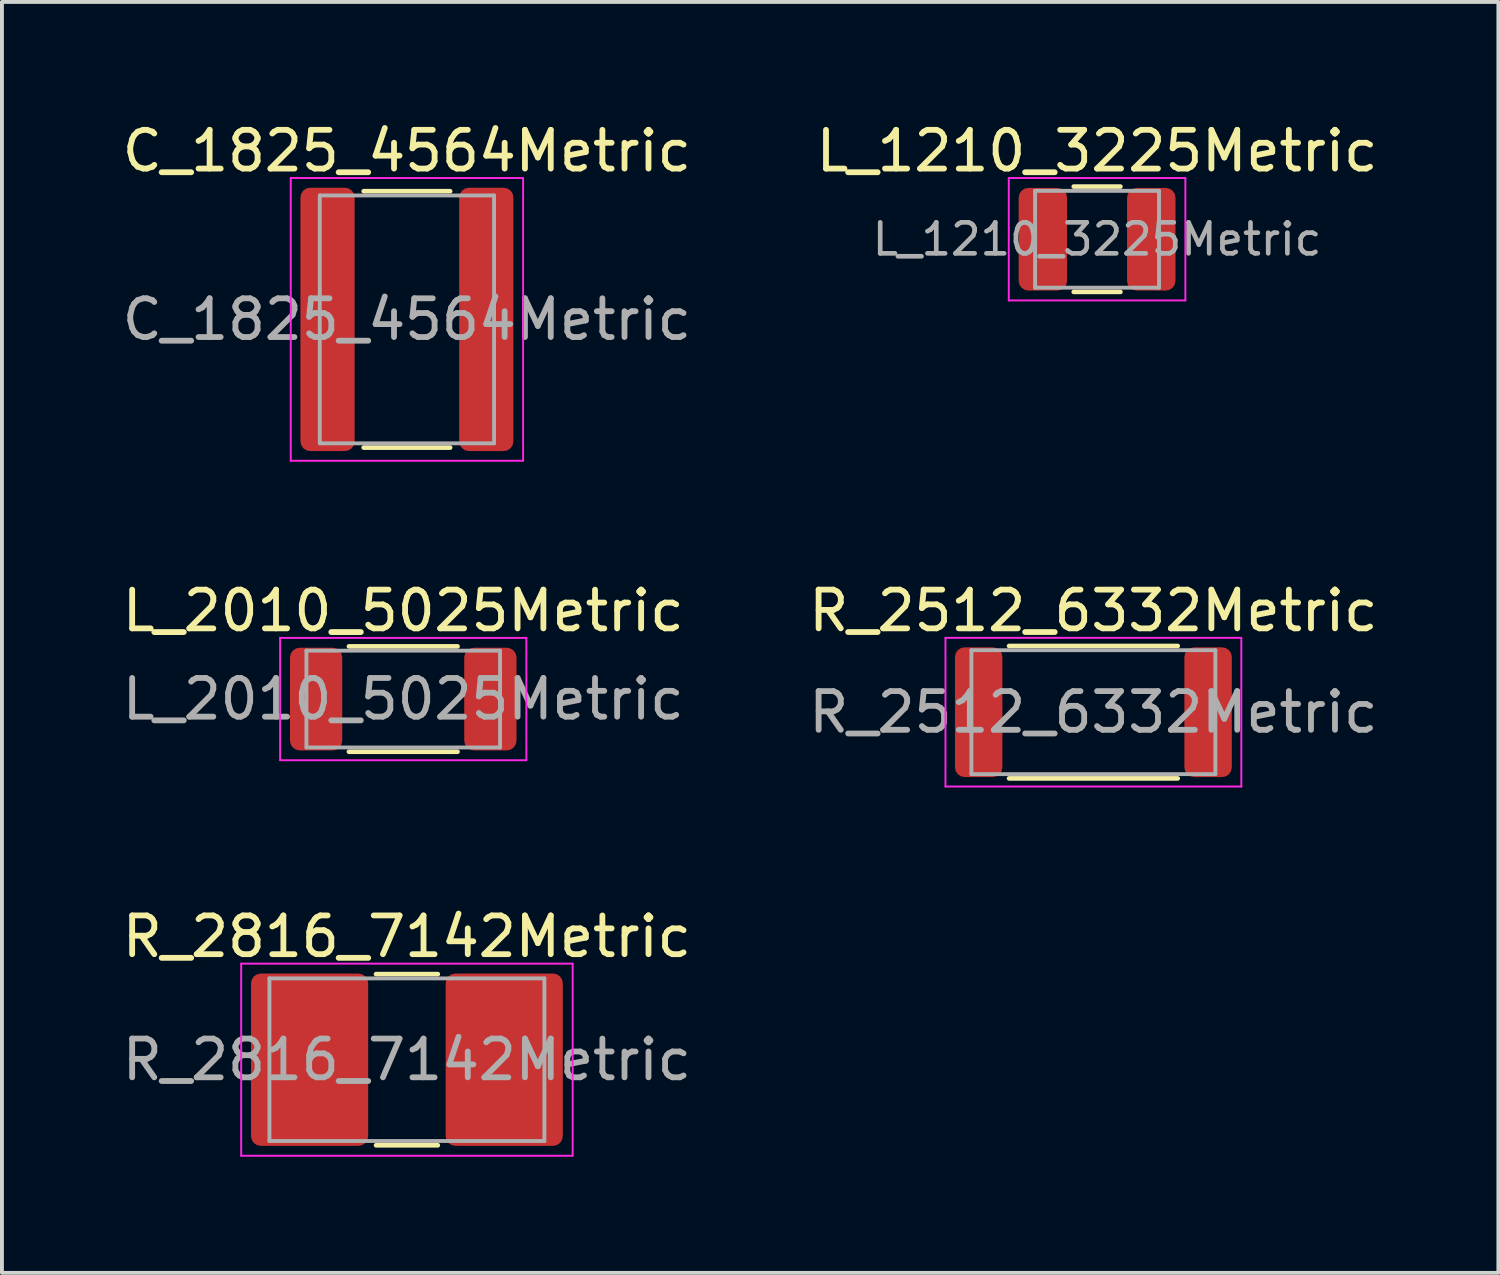
<source format=kicad_pcb>
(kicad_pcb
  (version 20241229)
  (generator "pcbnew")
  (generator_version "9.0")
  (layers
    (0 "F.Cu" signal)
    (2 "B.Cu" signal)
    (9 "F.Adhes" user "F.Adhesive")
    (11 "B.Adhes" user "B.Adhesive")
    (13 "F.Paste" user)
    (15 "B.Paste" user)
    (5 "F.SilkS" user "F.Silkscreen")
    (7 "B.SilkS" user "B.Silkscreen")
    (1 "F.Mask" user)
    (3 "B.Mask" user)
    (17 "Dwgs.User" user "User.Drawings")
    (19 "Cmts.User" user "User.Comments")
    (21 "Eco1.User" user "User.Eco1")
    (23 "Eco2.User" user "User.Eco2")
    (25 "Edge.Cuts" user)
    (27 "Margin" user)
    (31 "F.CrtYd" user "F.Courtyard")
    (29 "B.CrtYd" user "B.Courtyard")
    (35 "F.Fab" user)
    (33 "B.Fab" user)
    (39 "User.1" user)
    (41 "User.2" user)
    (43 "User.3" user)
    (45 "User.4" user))
  (footprint "R_2512_6332Metric"
    (layer "F.Cu")
    (at 25.185 15.341)
    (property "Reference" "R_2512_6332Metric" (at 0 -2.62 0) (layer "F.SilkS") (effects (font (size 1 1) (thickness 0.15))))
    (attr smd)
    (fp_line (start -2.177 -1.71) (end 2.177 -1.71) (stroke (width 0.12) (type solid)) (layer "F.SilkS"))
    (fp_line (start -2.177 1.71) (end 2.177 1.71) (stroke (width 0.12) (type solid)) (layer "F.SilkS"))
    (fp_line (start -3.82 -1.92) (end 3.82 -1.92) (stroke (width 0.05) (type solid)) (layer "F.CrtYd"))
    (fp_line (start -3.82 1.92) (end -3.82 -1.92) (stroke (width 0.05) (type solid)) (layer "F.CrtYd"))
    (fp_line (start 3.82 -1.92) (end 3.82 1.92) (stroke (width 0.05) (type solid)) (layer "F.CrtYd"))
    (fp_line (start 3.82 1.92) (end -3.82 1.92) (stroke (width 0.05) (type solid)) (layer "F.CrtYd"))
    (fp_line (start -3.15 -1.6) (end 3.15 -1.6) (stroke (width 0.1) (type solid)) (layer "F.Fab"))
    (fp_line (start -3.15 1.6) (end -3.15 -1.6) (stroke (width 0.1) (type solid)) (layer "F.Fab"))
    (fp_line (start 3.15 -1.6) (end 3.15 1.6) (stroke (width 0.1) (type solid)) (layer "F.Fab"))
    (fp_line (start 3.15 1.6) (end -3.15 1.6) (stroke (width 0.1) (type solid)) (layer "F.Fab"))
    (fp_text user "${REFERENCE}" (at 0 0 0) (layer "F.Fab") (effects (font (size 1 1) (thickness 0.15))))
    (pad "1" smd roundrect (at -2.962 0) (size 1.225 3.35) (layers "F.Cu" "F.Mask" "F.Paste") (roundrect_rratio 0.204))
    (pad "2" smd roundrect (at 2.962 0) (size 1.225 3.35) (layers "F.Cu" "F.Mask" "F.Paste") (roundrect_rratio 0.204)))
  (footprint "R_2816_7142Metric"
    (layer "F.Cu")
    (at 7.458 24.315)
    (property "Reference" "R_2816_7142Metric" (at 0 -3.18 0) (layer "F.SilkS") (effects (font (size 1 1) (thickness 0.15))))
    (attr smd)
    (fp_line (start -0.797 -2.21) (end 0.797 -2.21) (stroke (width 0.12) (type solid)) (layer "F.SilkS"))
    (fp_line (start -0.797 2.21) (end 0.797 2.21) (stroke (width 0.12) (type solid)) (layer "F.SilkS"))
    (fp_line (start -4.28 -2.48) (end 4.28 -2.48) (stroke (width 0.05) (type solid)) (layer "F.CrtYd"))
    (fp_line (start -4.28 2.48) (end -4.28 -2.48) (stroke (width 0.05) (type solid)) (layer "F.CrtYd"))
    (fp_line (start 4.28 -2.48) (end 4.28 2.48) (stroke (width 0.05) (type solid)) (layer "F.CrtYd"))
    (fp_line (start 4.28 2.48) (end -4.28 2.48) (stroke (width 0.05) (type solid)) (layer "F.CrtYd"))
    (fp_line (start -3.55 -2.1) (end 3.55 -2.1) (stroke (width 0.1) (type solid)) (layer "F.Fab"))
    (fp_line (start -3.55 2.1) (end -3.55 -2.1) (stroke (width 0.1) (type solid)) (layer "F.Fab"))
    (fp_line (start 3.55 -2.1) (end 3.55 2.1) (stroke (width 0.1) (type solid)) (layer "F.Fab"))
    (fp_line (start 3.55 2.1) (end -3.55 2.1) (stroke (width 0.1) (type solid)) (layer "F.Fab"))
    (fp_text user "${REFERENCE}" (at 0 0 0) (layer "F.Fab") (effects (font (size 1 1) (thickness 0.15))))
    (pad "1" smd roundrect (at -2.513 0) (size 3.025 4.45) (layers "F.Cu" "F.Mask" "F.Paste") (roundrect_rratio 0.083))
    (pad "2" smd roundrect (at 2.513 0) (size 3.025 4.45) (layers "F.Cu" "F.Mask" "F.Paste") (roundrect_rratio 0.083)))
  (footprint "C_1825_4564Metric"
    (layer "F.Cu")
    (at 7.458 5.198)
    (property "Reference" "C_1825_4564Metric" (at 0 -4.35 0) (layer "F.SilkS") (effects (font (size 1 1) (thickness 0.15))))
    (attr smd)
    (fp_line (start -1.116 -3.31) (end 1.116 -3.31) (stroke (width 0.12) (type solid)) (layer "F.SilkS"))
    (fp_line (start -1.116 3.31) (end 1.116 3.31) (stroke (width 0.12) (type solid)) (layer "F.SilkS"))
    (fp_line (start -3 -3.65) (end 3 -3.65) (stroke (width 0.05) (type solid)) (layer "F.CrtYd"))
    (fp_line (start -3 3.65) (end -3 -3.65) (stroke (width 0.05) (type solid)) (layer "F.CrtYd"))
    (fp_line (start 3 -3.65) (end 3 3.65) (stroke (width 0.05) (type solid)) (layer "F.CrtYd"))
    (fp_line (start 3 3.65) (end -3 3.65) (stroke (width 0.05) (type solid)) (layer "F.CrtYd"))
    (fp_line (start -2.25 -3.2) (end 2.25 -3.2) (stroke (width 0.1) (type solid)) (layer "F.Fab"))
    (fp_line (start -2.25 3.2) (end -2.25 -3.2) (stroke (width 0.1) (type solid)) (layer "F.Fab"))
    (fp_line (start 2.25 -3.2) (end 2.25 3.2) (stroke (width 0.1) (type solid)) (layer "F.Fab"))
    (fp_line (start 2.25 3.2) (end -2.25 3.2) (stroke (width 0.1) (type solid)) (layer "F.Fab"))
    (fp_text user "${REFERENCE}" (at 0 0 0) (layer "F.Fab") (effects (font (size 1 1) (thickness 0.15))))
    (pad "1" smd roundrect (at -2.05 0) (size 1.4 6.8) (layers "F.Cu" "F.Mask" "F.Paste") (roundrect_rratio 0.179))
    (pad "2" smd roundrect (at 2.05 0) (size 1.4 6.8) (layers "F.Cu" "F.Mask" "F.Paste") (roundrect_rratio 0.179)))
  (footprint "L_1210_3225Metric"
    (layer "F.Cu")
    (at 25.28 3.128)
    (property "Reference" "L_1210_3225Metric" (at 0 -2.28 0) (layer "F.SilkS") (effects (font (size 1 1) (thickness 0.15))))
    (attr smd)
    (fp_line (start -0.602 -1.36) (end 0.602 -1.36) (stroke (width 0.12) (type solid)) (layer "F.SilkS"))
    (fp_line (start -0.602 1.36) (end 0.602 1.36) (stroke (width 0.12) (type solid)) (layer "F.SilkS"))
    (fp_line (start -2.28 -1.58) (end 2.28 -1.58) (stroke (width 0.05) (type solid)) (layer "F.CrtYd"))
    (fp_line (start -2.28 1.58) (end -2.28 -1.58) (stroke (width 0.05) (type solid)) (layer "F.CrtYd"))
    (fp_line (start 2.28 -1.58) (end 2.28 1.58) (stroke (width 0.05) (type solid)) (layer "F.CrtYd"))
    (fp_line (start 2.28 1.58) (end -2.28 1.58) (stroke (width 0.05) (type solid)) (layer "F.CrtYd"))
    (fp_line (start -1.6 -1.25) (end 1.6 -1.25) (stroke (width 0.1) (type solid)) (layer "F.Fab"))
    (fp_line (start -1.6 1.25) (end -1.6 -1.25) (stroke (width 0.1) (type solid)) (layer "F.Fab"))
    (fp_line (start 1.6 -1.25) (end 1.6 1.25) (stroke (width 0.1) (type solid)) (layer "F.Fab"))
    (fp_line (start 1.6 1.25) (end -1.6 1.25) (stroke (width 0.1) (type solid)) (layer "F.Fab"))
    (fp_text user "${REFERENCE}" (at 0 0 0) (layer "F.Fab") (effects (font (size 0.8 0.8) (thickness 0.12))))
    (pad "1" smd roundrect (at -1.4 0) (size 1.25 2.65) (layers "F.Cu" "F.Mask" "F.Paste") (roundrect_rratio 0.2))
    (pad "2" smd roundrect (at 1.4 0) (size 1.25 2.65) (layers "F.Cu" "F.Mask" "F.Paste") (roundrect_rratio 0.2)))
  (footprint "L_2010_5025Metric"
    (layer "F.Cu")
    (at 7.363 15.002)
    (property "Reference" "L_2010_5025Metric" (at 0 -2.28 0) (layer "F.SilkS") (effects (font (size 1 1) (thickness 0.15))))
    (attr smd)
    (fp_line (start -1.402 -1.36) (end 1.402 -1.36) (stroke (width 0.12) (type solid)) (layer "F.SilkS"))
    (fp_line (start -1.402 1.36) (end 1.402 1.36) (stroke (width 0.12) (type solid)) (layer "F.SilkS"))
    (fp_line (start -3.18 -1.58) (end 3.18 -1.58) (stroke (width 0.05) (type solid)) (layer "F.CrtYd"))
    (fp_line (start -3.18 1.58) (end -3.18 -1.58) (stroke (width 0.05) (type solid)) (layer "F.CrtYd"))
    (fp_line (start 3.18 -1.58) (end 3.18 1.58) (stroke (width 0.05) (type solid)) (layer "F.CrtYd"))
    (fp_line (start 3.18 1.58) (end -3.18 1.58) (stroke (width 0.05) (type solid)) (layer "F.CrtYd"))
    (fp_line (start -2.5 -1.25) (end 2.5 -1.25) (stroke (width 0.1) (type solid)) (layer "F.Fab"))
    (fp_line (start -2.5 1.25) (end -2.5 -1.25) (stroke (width 0.1) (type solid)) (layer "F.Fab"))
    (fp_line (start 2.5 -1.25) (end 2.5 1.25) (stroke (width 0.1) (type solid)) (layer "F.Fab"))
    (fp_line (start 2.5 1.25) (end -2.5 1.25) (stroke (width 0.1) (type solid)) (layer "F.Fab"))
    (fp_text user "${REFERENCE}" (at 0 0 0) (layer "F.Fab") (effects (font (size 1 1) (thickness 0.15))))
    (pad "1" smd roundrect (at -2.25 0) (size 1.35 2.65) (layers "F.Cu" "F.Mask" "F.Paste") (roundrect_rratio 0.185))
    (pad "2" smd roundrect (at 2.25 0) (size 1.35 2.65) (layers "F.Cu" "F.Mask" "F.Paste") (roundrect_rratio 0.185)))
  (gr_rect
    (start -3 -3)
    (end 35.643 29.82)
    (stroke (width 0.1) (type default))
    (fill no)
    (layer "Edge.Cuts")))
</source>
